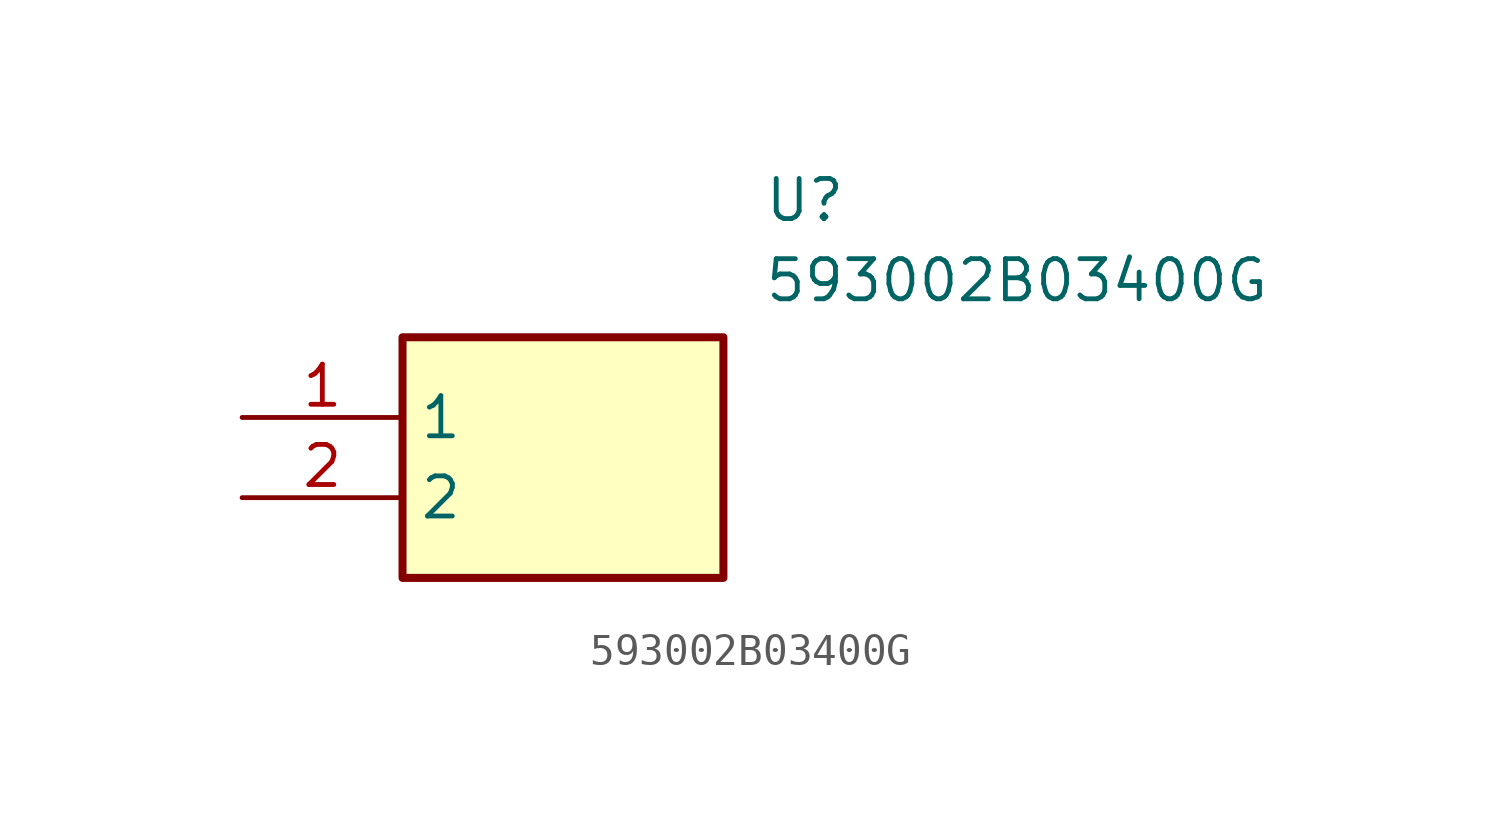
<source format=kicad_sym>
(kicad_symbol_lib
  (version 20211014)
  (generator SamacSys_ECAD_Model)
  (symbol "593002B03400G"
    (property "Reference" "U"
      (at 16.51 7.62 0)
      (effects (font (size 1.27 1.27)) (justify left top)))
    (property "Value" "593002B03400G"
      (at 16.51 5.08 0)
      (effects (font (size 1.27 1.27)) (justify left top)))
    (rectangle
      (start 5.08 2.54)
      (end 15.24 -5.08)
      (stroke (width 0.254) (type default))
      (fill (type background)))
    (pin passive line
      (at 0 0 0)
      (length 5.08)
      (name "1" (effects (font (size 1.27 1.27))))
      (number "1" (effects (font (size 1.27 1.27)))))
    (pin passive line
      (at 0 -2.54 0)
      (length 5.08)
      (name "2" (effects (font (size 1.27 1.27))))
      (number "2" (effects (font (size 1.27 1.27)))))))
</source>
